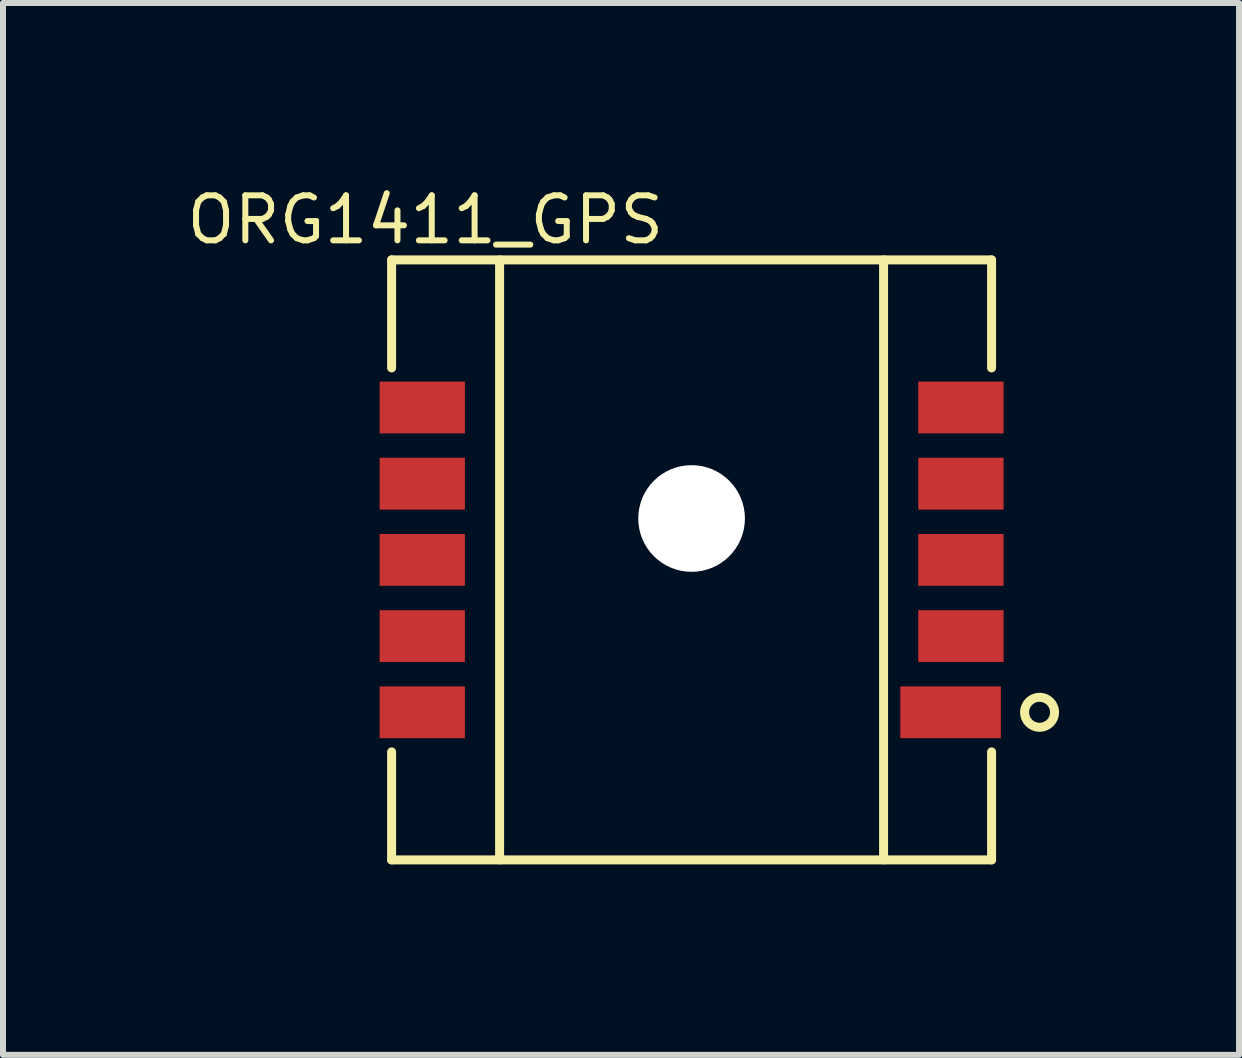
<source format=kicad_pcb>
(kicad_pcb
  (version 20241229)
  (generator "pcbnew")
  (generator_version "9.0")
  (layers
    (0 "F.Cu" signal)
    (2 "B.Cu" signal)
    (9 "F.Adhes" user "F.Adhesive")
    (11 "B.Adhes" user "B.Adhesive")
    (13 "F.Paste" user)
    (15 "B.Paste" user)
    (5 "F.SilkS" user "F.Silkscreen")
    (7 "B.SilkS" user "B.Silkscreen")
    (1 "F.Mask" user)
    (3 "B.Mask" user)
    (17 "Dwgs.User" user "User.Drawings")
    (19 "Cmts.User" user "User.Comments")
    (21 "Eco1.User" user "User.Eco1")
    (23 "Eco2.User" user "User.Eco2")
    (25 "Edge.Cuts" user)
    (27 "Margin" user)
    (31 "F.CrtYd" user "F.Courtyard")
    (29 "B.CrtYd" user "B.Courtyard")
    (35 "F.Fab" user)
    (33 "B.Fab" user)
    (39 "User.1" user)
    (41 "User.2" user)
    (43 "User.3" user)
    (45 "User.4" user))
  (footprint "ORG1411_GPS"
    (layer "F.Cu")
    (at 3.277 11.282)
    (property "Reference" "ORG1411_GPS" (at 0.762 -10.668 180) (layer "F.SilkS") (effects (font (size 0.75 0.75) (thickness 0.1))))
    (attr through_hole)
    (fp_line (start 0.2 -10) (end 0.2 -8.2) (stroke (width 0.15) (type solid)) (layer "F.SilkS"))
    (fp_line (start 0.2 -10) (end 10.2 -10) (stroke (width 0.15) (type solid)) (layer "F.SilkS"))
    (fp_line (start 0.2 -1.8) (end 0.2 0) (stroke (width 0.15) (type solid)) (layer "F.SilkS"))
    (fp_line (start 0.2 0) (end 10.2 0) (stroke (width 0.15) (type solid)) (layer "F.SilkS"))
    (fp_line (start 2 -10) (end 2 0) (stroke (width 0.15) (type solid)) (layer "F.SilkS"))
    (fp_line (start 8.4 -10) (end 8.4 0) (stroke (width 0.15) (type solid)) (layer "F.SilkS"))
    (fp_line (start 10.2 -10) (end 10.2 -8.2) (stroke (width 0.15) (type solid)) (layer "F.SilkS"))
    (fp_line (start 10.2 -1.8) (end 10.2 0) (stroke (width 0.15) (type solid)) (layer "F.SilkS"))
    (fp_circle (center 11 -2.46) (end 11.25 -2.46) (stroke (width 0.15) (type solid)) (fill no) (layer "F.SilkS"))
    (pad "" np_thru_hole circle (at 5.2 -5.69) (size 1.778 1.778) (drill 1.778) (layers "*.Cu" "*.Mask"))
    (pad "1" smd rect (at 9.517 -2.46) (size 1.676 0.864) (layers "F.Cu" "F.Mask" "F.Paste"))
    (pad "2" smd rect (at 9.689 -3.73) (size 1.422 0.864) (layers "F.Cu" "F.Mask" "F.Paste"))
    (pad "3" smd rect (at 9.689 -5) (size 1.422 0.864) (layers "F.Cu" "F.Mask" "F.Paste"))
    (pad "4" smd rect (at 9.689 -6.27) (size 1.422 0.864) (layers "F.Cu" "F.Mask" "F.Paste"))
    (pad "5" smd rect (at 9.689 -7.54) (size 1.422 0.864) (layers "F.Cu" "F.Mask" "F.Paste"))
    (pad "6" smd rect (at 0.711 -7.54) (size 1.422 0.864) (layers "F.Cu" "F.Mask" "F.Paste"))
    (pad "7" smd rect (at 0.711 -6.27) (size 1.422 0.864) (layers "F.Cu" "F.Mask" "F.Paste"))
    (pad "8" smd rect (at 0.711 -5) (size 1.422 0.864) (layers "F.Cu" "F.Mask" "F.Paste"))
    (pad "9" smd rect (at 0.711 -3.73) (size 1.422 0.864) (layers "F.Cu" "F.Mask" "F.Paste"))
    (pad "10" smd rect (at 0.711 -2.46) (size 1.422 0.864) (layers "F.Cu" "F.Mask" "F.Paste")))
  (gr_rect
    (start -3 -3)
    (end 17.602 14.532)
    (stroke (width 0.1) (type default))
    (fill no)
    (layer "Edge.Cuts")))
</source>
